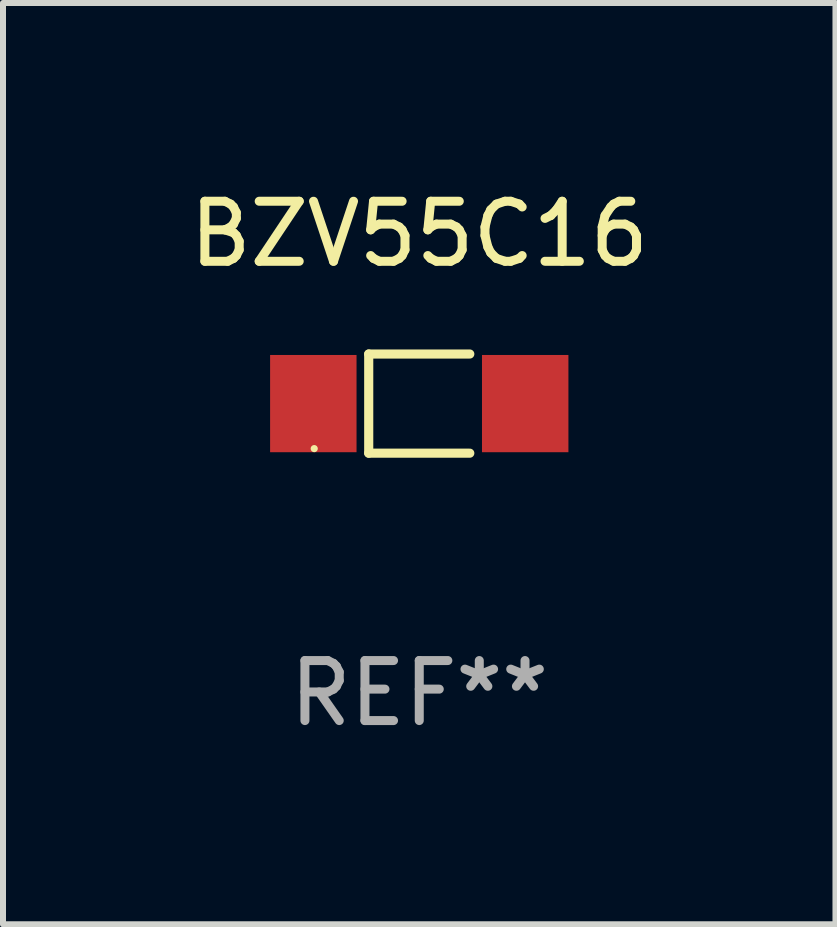
<source format=kicad_pcb>
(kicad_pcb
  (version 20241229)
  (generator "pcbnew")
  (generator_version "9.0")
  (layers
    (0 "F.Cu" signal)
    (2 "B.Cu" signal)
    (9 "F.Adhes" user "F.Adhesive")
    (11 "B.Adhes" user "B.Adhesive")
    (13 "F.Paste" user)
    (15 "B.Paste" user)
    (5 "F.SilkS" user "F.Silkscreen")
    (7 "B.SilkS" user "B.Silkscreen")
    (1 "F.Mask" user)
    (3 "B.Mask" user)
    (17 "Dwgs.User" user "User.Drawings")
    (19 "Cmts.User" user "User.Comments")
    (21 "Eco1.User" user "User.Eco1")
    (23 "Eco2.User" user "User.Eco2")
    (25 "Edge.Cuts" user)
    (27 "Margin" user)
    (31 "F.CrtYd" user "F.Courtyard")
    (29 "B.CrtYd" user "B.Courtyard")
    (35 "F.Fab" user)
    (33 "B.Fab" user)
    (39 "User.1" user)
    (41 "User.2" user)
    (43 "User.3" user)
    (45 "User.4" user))
  (footprint "BZV55C16"
    (layer "F.Cu")
    (at 3.935 3.674)
    (property "Reference" "BZV55C16" (at 0 -2.826 0) (layer "F.SilkS") (effects (font (size 1 1) (thickness 0.15))))
    (attr through_hole)
    (fp_line (start -0.842 -0.826) (end -0.842 0.826) (stroke (width 0.152) (type solid)) (layer "F.SilkS"))
    (fp_line (start -0.842 -0.826) (end 0.842 -0.826) (stroke (width 0.152) (type solid)) (layer "F.SilkS"))
    (fp_line (start -0.842 0.826) (end 0.842 0.826) (stroke (width 0.152) (type solid)) (layer "F.SilkS"))
    (fp_circle (center -1.75 0.75) (end -1.72 0.75) (stroke (width 0.06) (type solid)) (fill no) (layer "F.SilkS"))
    (fp_text user "REF**" (at 0 4.826 0) (layer "F.Fab") (effects (font (size 1 1) (thickness 0.15))))
    (pad "1" smd rect (at -1.765 0) (size 1.44 1.62) (layers "F.Cu" "F.Mask" "F.Paste"))
    (pad "2" smd rect (at 1.765 0) (size 1.44 1.62) (layers "F.Cu" "F.Mask" "F.Paste")))
  (gr_rect
    (start -3 -3)
    (end 10.869 12.349)
    (stroke (width 0.1) (type default))
    (fill no)
    (layer "Edge.Cuts")))
</source>
